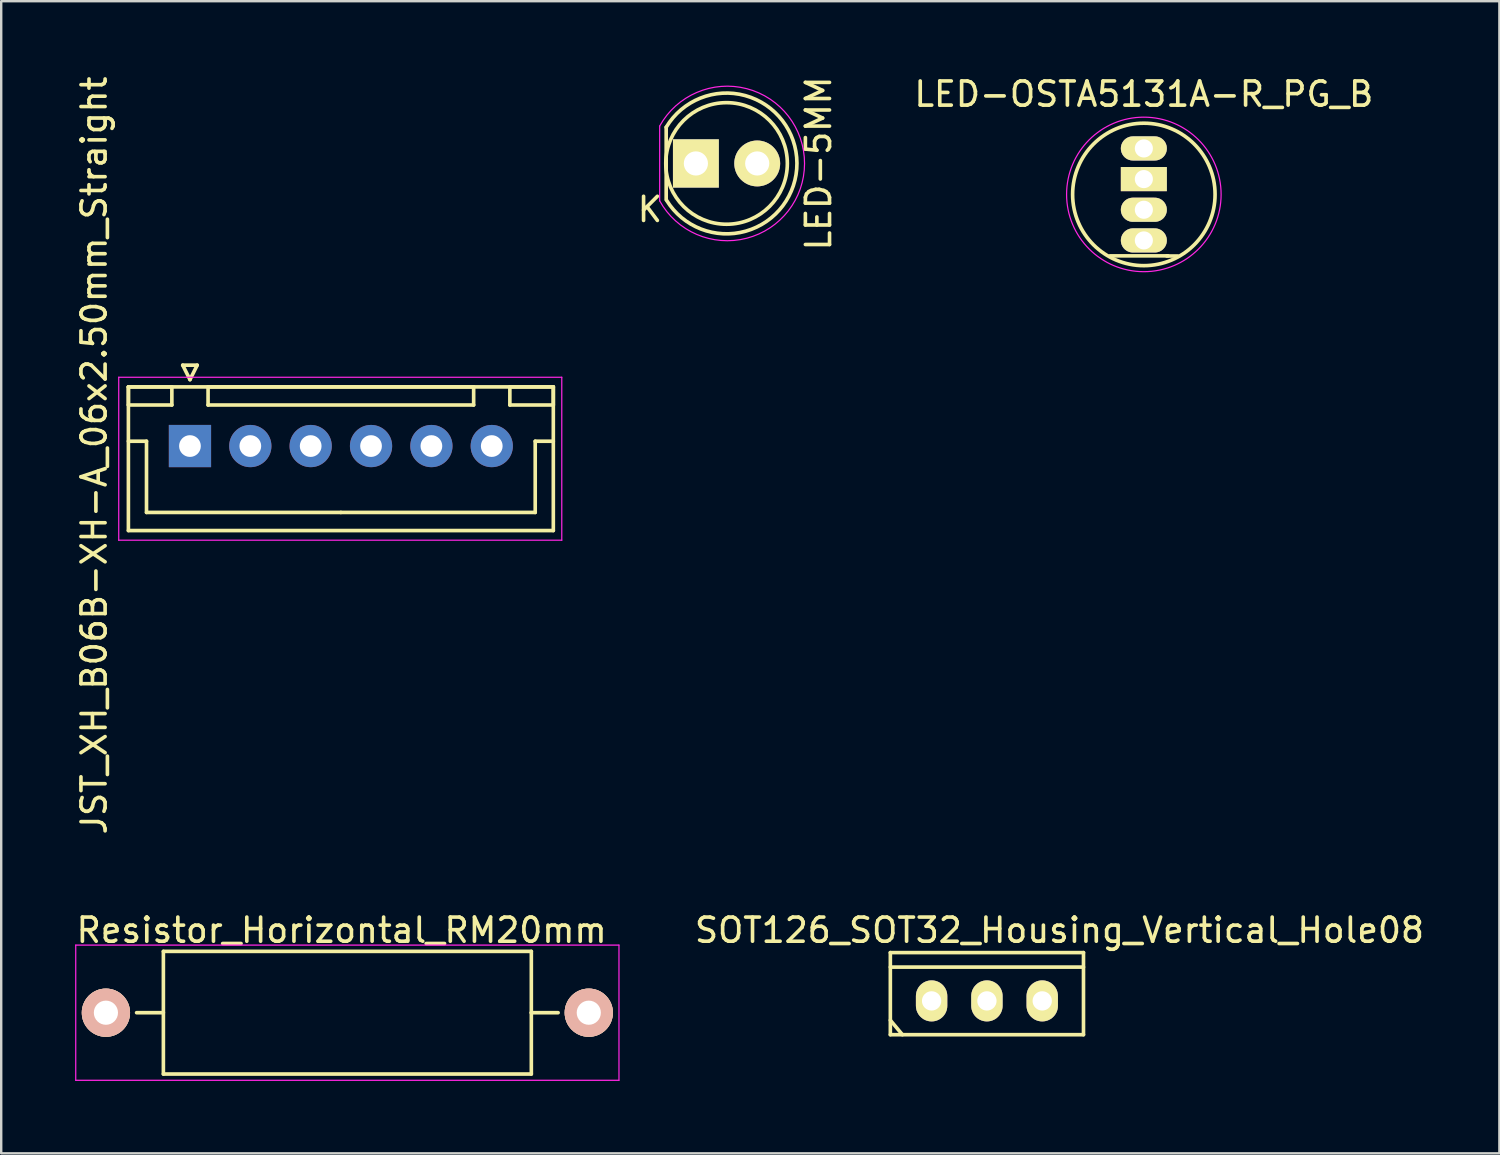
<source format=kicad_pcb>
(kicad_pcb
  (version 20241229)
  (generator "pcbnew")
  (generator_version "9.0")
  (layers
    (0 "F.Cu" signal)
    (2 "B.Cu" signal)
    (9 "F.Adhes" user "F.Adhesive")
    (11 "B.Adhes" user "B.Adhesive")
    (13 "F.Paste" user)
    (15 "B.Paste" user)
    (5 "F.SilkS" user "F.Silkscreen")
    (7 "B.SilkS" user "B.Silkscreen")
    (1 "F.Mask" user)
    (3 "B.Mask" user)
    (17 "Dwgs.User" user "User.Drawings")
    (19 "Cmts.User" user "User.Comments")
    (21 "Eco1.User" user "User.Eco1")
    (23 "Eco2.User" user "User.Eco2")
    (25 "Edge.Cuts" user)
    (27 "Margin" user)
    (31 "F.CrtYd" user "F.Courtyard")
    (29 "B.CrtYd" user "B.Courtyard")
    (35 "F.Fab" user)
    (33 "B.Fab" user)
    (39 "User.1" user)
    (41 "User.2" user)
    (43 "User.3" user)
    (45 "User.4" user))
  (footprint "LED-OSTA5131A-R_PG_B"
    (layer "F.Cu")
    (at 44.327 3.098)
    (property "Reference" "LED-OSTA5131A-R_PG_B" (at 0 -2.25 0) (layer "F.SilkS") (effects (font (size 1 1) (thickness 0.15))))
    (attr through_hole)
    (fp_line (start 0.95 4.455) (end 1.4 4.455) (stroke (width 0.15) (type solid)) (layer "F.SilkS"))
    (fp_line (start 1 4.45) (end -1.4 4.45) (stroke (width 0.15) (type solid)) (layer "F.SilkS"))
    (fp_circle (center 0 1.905) (end 2.95 1.905) (stroke (width 0.15) (type solid)) (fill no) (layer "F.SilkS"))
    (fp_circle (center 0 1.905) (end 3.2 1.905) (stroke (width 0.05) (type solid)) (fill no) (layer "F.CrtYd"))
    (pad "1" thru_hole oval (at 0 0) (size 1.905 1) (drill 0.75) (layers "*.Cu" "*.Mask" "F.SilkS"))
    (pad "2" thru_hole rect (at 0 1.27) (size 1.905 1) (drill 0.75) (layers "*.Cu" "*.Mask" "F.SilkS"))
    (pad "3" thru_hole oval (at 0 2.54) (size 1.905 1) (drill 0.75) (layers "*.Cu" "*.Mask" "F.SilkS"))
    (pad "4" thru_hole oval (at 0 3.81) (size 1.905 1) (drill 0.75) (layers "*.Cu" "*.Mask" "F.SilkS")))
  (footprint "JST_XH_B06B-XH-A_06x2.50mm_Straight"
    (layer "F.Cu")
    (at 4.818 15.425)
    (property "Reference" "JST_XH_B06B-XH-A_06x2.50mm_Straight" (at -3.97 0.39 90) (layer "F.SilkS") (effects (font (size 1 1) (thickness 0.15))))
    (attr through_hole)
    (fp_line (start -2.55 -2.45) (end -2.55 -1.7) (stroke (width 0.15) (type solid)) (layer "F.SilkS"))
    (fp_line (start -2.55 -2.45) (end -2.55 3.5) (stroke (width 0.15) (type solid)) (layer "F.SilkS"))
    (fp_line (start -2.55 -1.7) (end -0.75 -1.7) (stroke (width 0.15) (type solid)) (layer "F.SilkS"))
    (fp_line (start -2.55 -0.2) (end -1.8 -0.2) (stroke (width 0.15) (type solid)) (layer "F.SilkS"))
    (fp_line (start -2.55 3.5) (end 15.05 3.5) (stroke (width 0.15) (type solid)) (layer "F.SilkS"))
    (fp_line (start -1.8 -0.2) (end -1.8 2.75) (stroke (width 0.15) (type solid)) (layer "F.SilkS"))
    (fp_line (start -1.8 2.75) (end 6.25 2.75) (stroke (width 0.15) (type solid)) (layer "F.SilkS"))
    (fp_line (start -0.75 -2.45) (end -2.55 -2.45) (stroke (width 0.15) (type solid)) (layer "F.SilkS"))
    (fp_line (start -0.75 -1.7) (end -0.75 -2.45) (stroke (width 0.15) (type solid)) (layer "F.SilkS"))
    (fp_line (start -0.3 -3.35) (end 0.3 -3.35) (stroke (width 0.15) (type solid)) (layer "F.SilkS"))
    (fp_line (start 0 -2.75) (end -0.3 -3.35) (stroke (width 0.15) (type solid)) (layer "F.SilkS"))
    (fp_line (start 0.3 -3.35) (end 0 -2.75) (stroke (width 0.15) (type solid)) (layer "F.SilkS"))
    (fp_line (start 0.75 -2.45) (end 0.75 -1.7) (stroke (width 0.15) (type solid)) (layer "F.SilkS"))
    (fp_line (start 0.75 -1.7) (end 11.75 -1.7) (stroke (width 0.15) (type solid)) (layer "F.SilkS"))
    (fp_line (start 11.75 -2.45) (end 0.75 -2.45) (stroke (width 0.15) (type solid)) (layer "F.SilkS"))
    (fp_line (start 11.75 -1.7) (end 11.75 -2.45) (stroke (width 0.15) (type solid)) (layer "F.SilkS"))
    (fp_line (start 13.25 -2.45) (end 13.25 -1.7) (stroke (width 0.15) (type solid)) (layer "F.SilkS"))
    (fp_line (start 13.25 -1.7) (end 15.05 -1.7) (stroke (width 0.15) (type solid)) (layer "F.SilkS"))
    (fp_line (start 14.3 -0.2) (end 14.3 2.75) (stroke (width 0.15) (type solid)) (layer "F.SilkS"))
    (fp_line (start 14.3 2.75) (end 6.25 2.75) (stroke (width 0.15) (type solid)) (layer "F.SilkS"))
    (fp_line (start 15.05 -2.45) (end -2.55 -2.45) (stroke (width 0.15) (type solid)) (layer "F.SilkS"))
    (fp_line (start 15.05 -2.45) (end 13.25 -2.45) (stroke (width 0.15) (type solid)) (layer "F.SilkS"))
    (fp_line (start 15.05 -1.7) (end 15.05 -2.45) (stroke (width 0.15) (type solid)) (layer "F.SilkS"))
    (fp_line (start 15.05 -0.2) (end 14.3 -0.2) (stroke (width 0.15) (type solid)) (layer "F.SilkS"))
    (fp_line (start 15.05 3.5) (end 15.05 -2.45) (stroke (width 0.15) (type solid)) (layer "F.SilkS"))
    (fp_line (start -2.95 -2.85) (end -2.95 3.9) (stroke (width 0.05) (type solid)) (layer "F.CrtYd"))
    (fp_line (start -2.95 3.9) (end 15.4 3.9) (stroke (width 0.05) (type solid)) (layer "F.CrtYd"))
    (fp_line (start 15.4 -2.85) (end -2.95 -2.85) (stroke (width 0.05) (type solid)) (layer "F.CrtYd"))
    (fp_line (start 15.4 3.9) (end 15.4 -2.85) (stroke (width 0.05) (type solid)) (layer "F.CrtYd"))
    (pad "1" thru_hole rect (at 0 0) (size 1.75 1.75) (drill 0.9) (layers "*.Cu" "*.Mask"))
    (pad "2" thru_hole circle (at 2.5 0) (size 1.75 1.75) (drill 0.9) (layers "*.Cu" "*.Mask"))
    (pad "3" thru_hole circle (at 5 0) (size 1.75 1.75) (drill 0.9) (layers "*.Cu" "*.Mask"))
    (pad "4" thru_hole circle (at 7.5 0) (size 1.75 1.75) (drill 0.9) (layers "*.Cu" "*.Mask"))
    (pad "5" thru_hole circle (at 10 0) (size 1.75 1.75) (drill 0.9) (layers "*.Cu" "*.Mask"))
    (pad "6" thru_hole circle (at 12.5 0) (size 1.75 1.75) (drill 0.9) (layers "*.Cu" "*.Mask")))
  (footprint "SOT126_SOT32_Housing_Vertical_Hole08"
    (layer "F.Cu")
    (at 37.827 38.406)
    (property "Reference" "SOT126_SOT32_Housing_Vertical_Hole08" (at 3.006 -2.927 0) (layer "F.SilkS") (effects (font (size 1 1) (thickness 0.15))))
    (attr through_hole)
    (fp_line (start -4 -2) (end 4 -2) (stroke (width 0.15) (type solid)) (layer "F.SilkS"))
    (fp_line (start -4 -1.4) (end 4 -1.4) (stroke (width 0.15) (type solid)) (layer "F.SilkS"))
    (fp_line (start -4 0.8) (end -3.5 1.4) (stroke (width 0.15) (type solid)) (layer "F.SilkS"))
    (fp_line (start -4 1.4) (end 4 1.4) (stroke (width 0.15) (type solid)) (layer "F.SilkS"))
    (fp_line (start -4 -2) (end -4 1.4) (stroke (width 0.15) (type solid)) (layer "F.SilkS"))
    (fp_line (start 4 -2) (end 4 1.4) (stroke (width 0.15) (type solid)) (layer "F.SilkS"))
    (pad "1" thru_hole oval (at -2.291 0) (size 1.3 1.7) (drill 0.8) (layers "*.Cu" "*.Mask" "F.SilkS"))
    (pad "2" thru_hole oval (at 0 0) (size 1.3 1.7) (drill 0.8) (layers "*.Cu" "*.Mask" "F.SilkS"))
    (pad "3" thru_hole oval (at 2.291 0) (size 1.3 1.7) (drill 0.8) (layers "*.Cu" "*.Mask" "F.SilkS")))
  (footprint "Resistor_Horizontal_RM20mm"
    (layer "F.Cu")
    (at 1.337 38.895)
    (property "Reference" "Resistor_Horizontal_RM20mm" (at 9.764 -3.416 0) (layer "F.SilkS") (effects (font (size 1 1) (thickness 0.15))))
    (attr through_hole)
    (fp_line (start 1.27 0) (end 2.38 0) (stroke (width 0.15) (type solid)) (layer "F.SilkS"))
    (fp_line (start 2.38 -2.54) (end 2.38 2.54) (stroke (width 0.15) (type solid)) (layer "F.SilkS"))
    (fp_line (start 2.38 2.54) (end 17.62 2.54) (stroke (width 0.15) (type solid)) (layer "F.SilkS"))
    (fp_line (start 17.62 -2.54) (end 2.38 -2.54) (stroke (width 0.15) (type solid)) (layer "F.SilkS"))
    (fp_line (start 17.62 0) (end 17.62 -2.54) (stroke (width 0.15) (type solid)) (layer "F.SilkS"))
    (fp_line (start 17.62 2.54) (end 17.62 0) (stroke (width 0.15) (type solid)) (layer "F.SilkS"))
    (fp_line (start 18.73 0) (end 17.62 0) (stroke (width 0.15) (type solid)) (layer "F.SilkS"))
    (fp_line (start -1.25 -2.8) (end 21.25 -2.8) (stroke (width 0.05) (type solid)) (layer "F.CrtYd"))
    (fp_line (start -1.25 2.8) (end -1.25 -2.8) (stroke (width 0.05) (type solid)) (layer "F.CrtYd"))
    (fp_line (start 21.25 -2.8) (end 21.25 2.8) (stroke (width 0.05) (type solid)) (layer "F.CrtYd"))
    (fp_line (start 21.25 2.8) (end -1.25 2.8) (stroke (width 0.05) (type solid)) (layer "F.CrtYd"))
    (pad "1" thru_hole circle (at 0 0) (size 1.999 1.999) (drill 1.001) (layers "*.Cu" "*.SilkS" "*.Mask"))
    (pad "2" thru_hole circle (at 20 0) (size 1.999 1.999) (drill 1.001) (layers "*.Cu" "*.SilkS" "*.Mask")))
  (footprint "LED-5MM"
    (placed yes)
    (layer "F.Cu")
    (at 25.773 3.72)
    (property "Reference" "LED-5MM" (at 5.08 0 90) (layer "F.SilkS") (effects (font (size 1 1) (thickness 0.15))))
    (attr through_hole)
    (fp_line (start -1.23 1.5) (end -1.23 -1.5) (stroke (width 0.15) (type solid)) (layer "F.SilkS"))
    (fp_arc (start -1.23 -1.5) (mid 4.18544 -0.014565) (end -1.214888 1.524904) (stroke (width 0.15) (type solid)) (layer "F.SilkS"))
    (fp_circle (center 1.27 0) (end 0.97 -2.5) (stroke (width 0.15) (type solid)) (fill no) (layer "F.SilkS"))
    (fp_line (start -1.5 -1.55) (end -1.5 1.55) (stroke (width 0.05) (type solid)) (layer "F.CrtYd"))
    (fp_arc (start -1.498248 -1.55316) (mid 4.50039 0.001807) (end -1.5 1.55) (stroke (width 0.05) (type solid)) (layer "F.CrtYd"))
    (fp_text user "K" (at -1.905 1.905 0) (layer "F.SilkS") (effects (font (size 1 1) (thickness 0.15))))
    (pad "1" thru_hole rect (at 0 0 90) (size 2 1.9) (drill 1.001) (layers "*.Cu" "*.Mask" "F.SilkS"))
    (pad "2" thru_hole circle (at 2.54 0) (size 1.9 1.9) (drill 1.001) (layers "*.Cu" "*.Mask" "F.SilkS")))
  (gr_rect
    (start -3 -3)
    (end 59.053 44.72)
    (stroke (width 0.1) (type default))
    (fill no)
    (layer "Edge.Cuts")))
</source>
